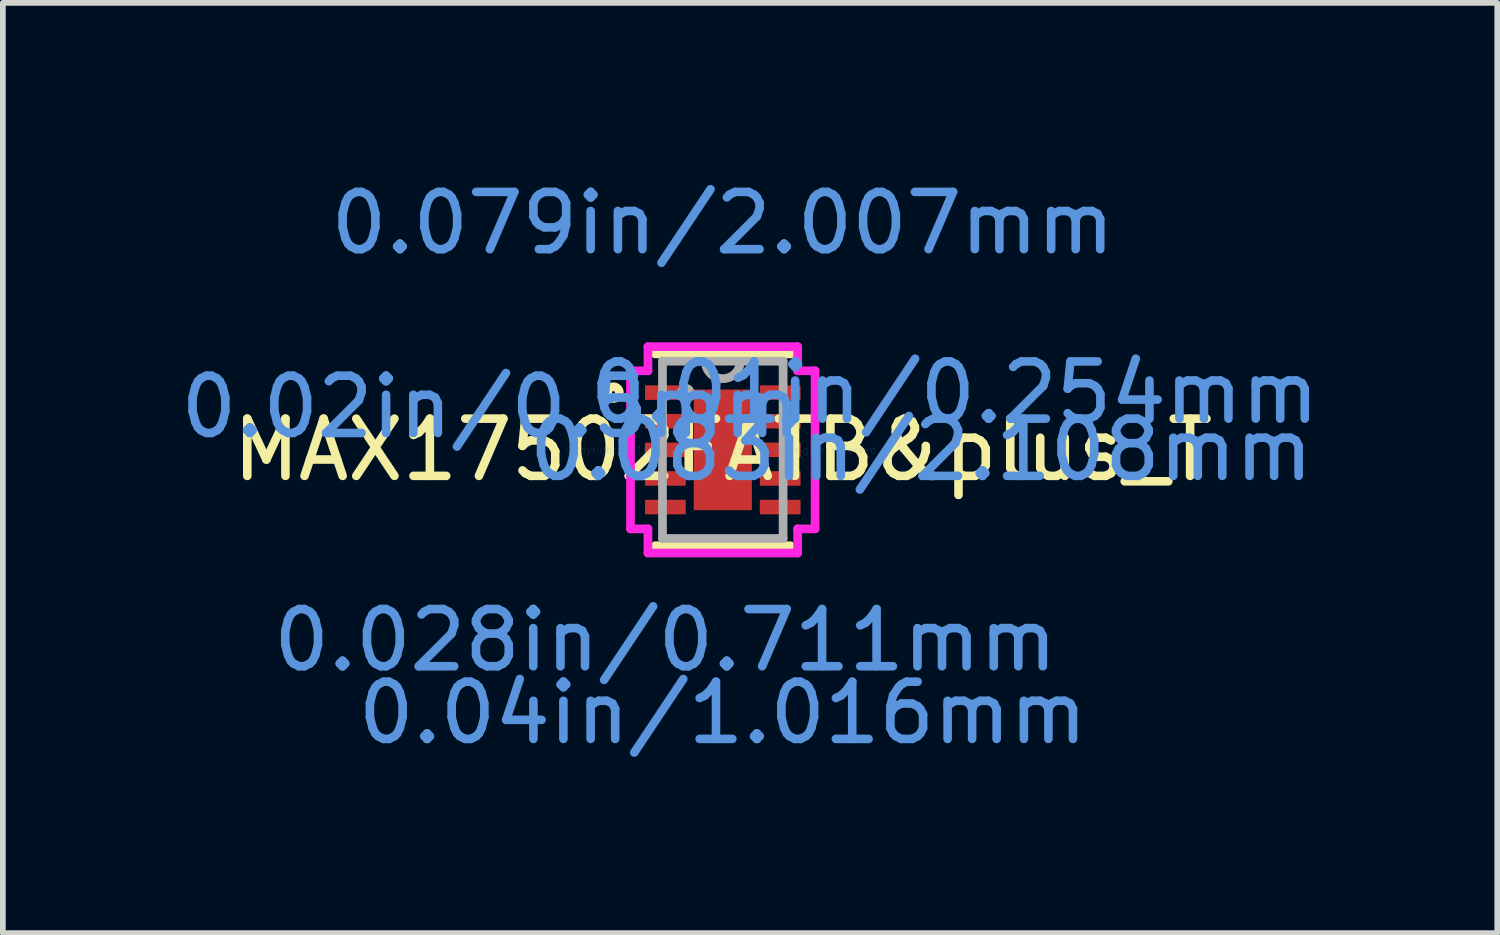
<source format=kicad_pcb>
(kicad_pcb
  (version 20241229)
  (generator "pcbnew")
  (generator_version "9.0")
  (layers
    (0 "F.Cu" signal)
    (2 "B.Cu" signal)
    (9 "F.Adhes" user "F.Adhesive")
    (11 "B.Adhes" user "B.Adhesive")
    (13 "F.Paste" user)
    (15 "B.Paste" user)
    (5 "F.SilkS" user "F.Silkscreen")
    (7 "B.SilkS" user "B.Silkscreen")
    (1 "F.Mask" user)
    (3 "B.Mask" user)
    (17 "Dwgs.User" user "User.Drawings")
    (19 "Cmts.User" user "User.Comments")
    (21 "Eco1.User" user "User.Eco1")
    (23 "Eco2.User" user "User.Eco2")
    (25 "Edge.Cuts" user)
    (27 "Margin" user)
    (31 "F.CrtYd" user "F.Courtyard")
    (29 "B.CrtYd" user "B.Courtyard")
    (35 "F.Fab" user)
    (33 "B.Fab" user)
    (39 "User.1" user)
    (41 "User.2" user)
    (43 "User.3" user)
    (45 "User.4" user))
  (footprint "MAX17502FATB&plus_T"
    (layer "F.Cu")
    (at 9.581 4.811)
    (property "Reference" "MAX17502FATB&plus_T" (at 0 0 0) (layer "F.SilkS") (effects (font (size 1 1) (thickness 0.15))))
    (attr through_hole)
    (fp_line (start -1.181 1.676) (end 1.181 1.676) (stroke (width 0.152) (type solid)) (layer "F.SilkS"))
    (fp_line (start 1.181 -1.676) (end -1.181 -1.676) (stroke (width 0.152) (type solid)) (layer "F.SilkS"))
    (fp_circle (center -1.91 -1) (end -1.808 -1) (stroke (width 0.152) (type solid)) (fill no) (layer "F.SilkS"))
    (fp_line (start -1.613 -1.381) (end -1.308 -1.381) (stroke (width 0.152) (type solid)) (layer "F.CrtYd"))
    (fp_line (start -1.613 1.381) (end -1.613 -1.381) (stroke (width 0.152) (type solid)) (layer "F.CrtYd"))
    (fp_line (start -1.613 1.381) (end -1.308 1.381) (stroke (width 0.152) (type solid)) (layer "F.CrtYd"))
    (fp_line (start -1.308 -1.803) (end 1.308 -1.803) (stroke (width 0.152) (type solid)) (layer "F.CrtYd"))
    (fp_line (start -1.308 -1.381) (end -1.308 -1.803) (stroke (width 0.152) (type solid)) (layer "F.CrtYd"))
    (fp_line (start -1.308 1.803) (end -1.308 1.381) (stroke (width 0.152) (type solid)) (layer "F.CrtYd"))
    (fp_line (start 1.308 -1.803) (end 1.308 -1.381) (stroke (width 0.152) (type solid)) (layer "F.CrtYd"))
    (fp_line (start 1.308 1.381) (end 1.308 1.803) (stroke (width 0.152) (type solid)) (layer "F.CrtYd"))
    (fp_line (start 1.308 1.803) (end -1.308 1.803) (stroke (width 0.152) (type solid)) (layer "F.CrtYd"))
    (fp_line (start 1.613 -1.381) (end 1.308 -1.381) (stroke (width 0.152) (type solid)) (layer "F.CrtYd"))
    (fp_line (start 1.613 -1.381) (end 1.613 1.381) (stroke (width 0.152) (type solid)) (layer "F.CrtYd"))
    (fp_line (start 1.613 1.381) (end 1.308 1.381) (stroke (width 0.152) (type solid)) (layer "F.CrtYd"))
    (fp_line (start -1.054 -1.549) (end -1.054 1.549) (stroke (width 0.152) (type solid)) (layer "F.Fab"))
    (fp_line (start -1.054 1.549) (end 1.054 1.549) (stroke (width 0.152) (type solid)) (layer "F.Fab"))
    (fp_line (start 1.054 -1.549) (end -1.054 -1.549) (stroke (width 0.152) (type solid)) (layer "F.Fab"))
    (fp_line (start 1.054 1.549) (end 1.054 -1.549) (stroke (width 0.152) (type solid)) (layer "F.Fab"))
    (fp_arc (start 0.3048 -1.5494) (mid 0 -1.2446) (end -0.3048 -1.5494) (stroke (width 0.1524) (type solid)) (layer "F.Fab"))
    (fp_circle (center -0.648 -1) (end -0.572 -1) (stroke (width 0.152) (type solid)) (fill no) (layer "F.Fab"))
    (fp_text user "Copyright 2016 Accelerated Designs. All rights reserved." (at 0 0 0) (layer "Cmts.User") (effects (font (size 0.127 0.127) (thickness 0.002))))
    (fp_text user "0.028in/0.711mm" (at -1.003 3.327 0) (layer "Cmts.User") (effects (font (size 1 1) (thickness 0.15))))
    (fp_text user "0.01in/0.254mm" (at 4.051 -1 0) (layer "Cmts.User") (effects (font (size 1 1) (thickness 0.15))))
    (fp_text user "0.083in/2.108mm" (at 3.467 0 0) (layer "Cmts.User") (effects (font (size 1 1) (thickness 0.15))))
    (fp_text user "0.02in/0.5mm" (at -4.051 -0.75 0) (layer "Cmts.User") (effects (font (size 1 1) (thickness 0.15))))
    (fp_text user "0.04in/1.016mm" (at 0 4.597 0) (layer "Cmts.User") (effects (font (size 1 1) (thickness 0.15))))
    (fp_text user "0.079in/2.007mm" (at 0 -3.962 0) (layer "Cmts.User") (effects (font (size 1 1) (thickness 0.15))))
    (pad "1" smd rect (at -1.003 -1) (size 0.711 0.254) (layers "F.Cu" "F.Mask" "F.Paste"))
    (pad "2" smd rect (at -1.003 -0.5) (size 0.711 0.254) (layers "F.Cu" "F.Mask" "F.Paste"))
    (pad "3" smd rect (at -1.003 0) (size 0.711 0.254) (layers "F.Cu" "F.Mask" "F.Paste"))
    (pad "4" smd rect (at -1.003 0.5) (size 0.711 0.254) (layers "F.Cu" "F.Mask" "F.Paste"))
    (pad "5" smd rect (at -1.003 1) (size 0.711 0.254) (layers "F.Cu" "F.Mask" "F.Paste"))
    (pad "6" smd rect (at 1.003 1) (size 0.711 0.254) (layers "F.Cu" "F.Mask" "F.Paste"))
    (pad "7" smd rect (at 1.003 0.5) (size 0.711 0.254) (layers "F.Cu" "F.Mask" "F.Paste"))
    (pad "8" smd rect (at 1.003 0) (size 0.711 0.254) (layers "F.Cu" "F.Mask" "F.Paste"))
    (pad "9" smd rect (at 1.003 -0.5) (size 0.711 0.254) (layers "F.Cu" "F.Mask" "F.Paste"))
    (pad "10" smd rect (at 1.003 -1) (size 0.711 0.254) (layers "F.Cu" "F.Mask" "F.Paste"))
    (pad "11" smd rect (at 0 0) (size 1.016 2.108) (layers "F.Cu" "F.Mask" "F.Paste")))
  (gr_rect
    (start -3 -3)
    (end 23.115 13.256)
    (stroke (width 0.1) (type default))
    (fill no)
    (layer "Edge.Cuts")))
</source>
